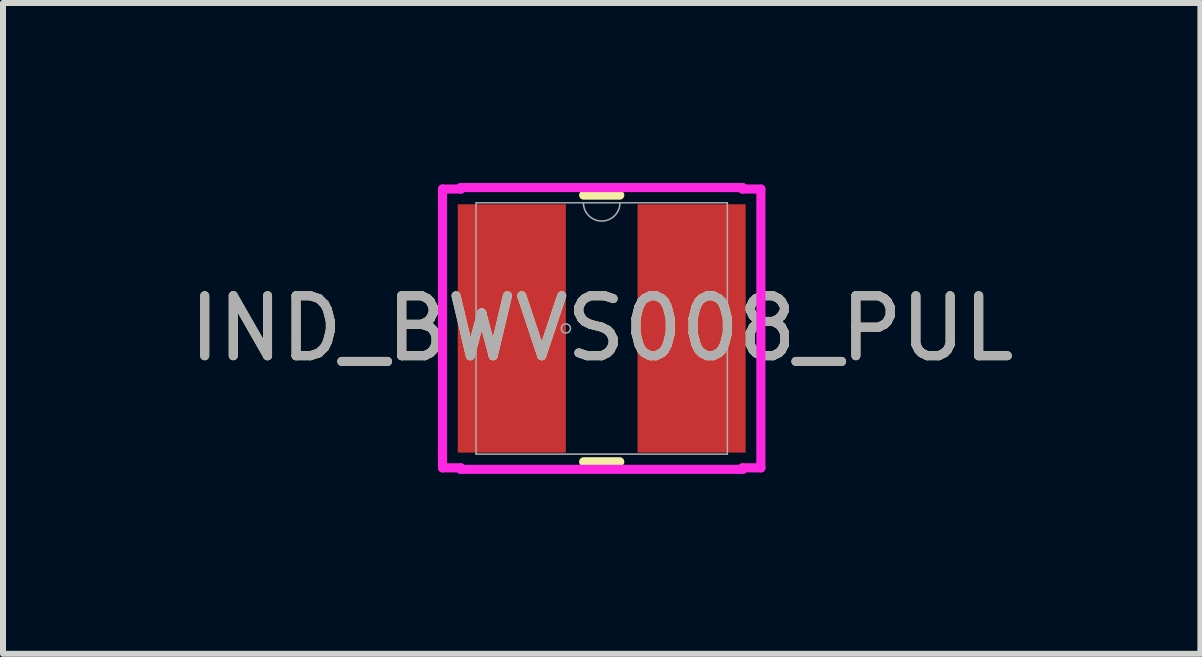
<source format=kicad_pcb>
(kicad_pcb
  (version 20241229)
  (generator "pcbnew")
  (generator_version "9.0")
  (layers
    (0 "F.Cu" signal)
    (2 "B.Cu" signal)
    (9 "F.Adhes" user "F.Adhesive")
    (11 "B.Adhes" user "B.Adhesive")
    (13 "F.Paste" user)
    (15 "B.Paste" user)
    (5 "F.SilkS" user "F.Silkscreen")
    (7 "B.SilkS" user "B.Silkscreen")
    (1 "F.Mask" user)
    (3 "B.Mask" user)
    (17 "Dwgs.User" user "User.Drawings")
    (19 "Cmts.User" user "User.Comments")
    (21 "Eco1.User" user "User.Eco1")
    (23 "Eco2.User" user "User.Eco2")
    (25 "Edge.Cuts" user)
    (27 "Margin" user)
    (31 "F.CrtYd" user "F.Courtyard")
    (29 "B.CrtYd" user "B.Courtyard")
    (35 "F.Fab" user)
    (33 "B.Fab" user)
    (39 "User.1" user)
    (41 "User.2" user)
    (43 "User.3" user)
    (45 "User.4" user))
  (footprint "IND_BWVS008_PUL"
    (layer "F.Cu")
    (at 6.982 2.426)
    (property "Reference" "IND_BWVS008_PUL" (at 0 0 0) (unlocked yes) (layer "F.SilkS") (effects (font (size 1 1) (thickness 0.15))))
    (attr smd)
    (fp_line (start -0.301 2.223) (end 0.301 2.223) (stroke (width 0.152) (type solid)) (layer "F.SilkS"))
    (fp_line (start 0.301 -2.223) (end -0.301 -2.223) (stroke (width 0.152) (type solid)) (layer "F.SilkS"))
    (fp_line (start -2.654 -2.324) (end -2.349 -2.324) (stroke (width 0.152) (type solid)) (layer "F.CrtYd"))
    (fp_line (start -2.654 2.324) (end -2.654 -2.324) (stroke (width 0.152) (type solid)) (layer "F.CrtYd"))
    (fp_line (start -2.654 2.324) (end -2.349 2.324) (stroke (width 0.152) (type solid)) (layer "F.CrtYd"))
    (fp_line (start -2.349 -2.349) (end 2.349 -2.349) (stroke (width 0.152) (type solid)) (layer "F.CrtYd"))
    (fp_line (start -2.349 -2.324) (end -2.349 -2.349) (stroke (width 0.152) (type solid)) (layer "F.CrtYd"))
    (fp_line (start -2.349 2.349) (end -2.349 2.324) (stroke (width 0.152) (type solid)) (layer "F.CrtYd"))
    (fp_line (start 2.349 -2.349) (end 2.349 -2.324) (stroke (width 0.152) (type solid)) (layer "F.CrtYd"))
    (fp_line (start 2.349 2.324) (end 2.349 2.349) (stroke (width 0.152) (type solid)) (layer "F.CrtYd"))
    (fp_line (start 2.349 2.349) (end -2.349 2.349) (stroke (width 0.152) (type solid)) (layer "F.CrtYd"))
    (fp_line (start 2.654 -2.324) (end 2.349 -2.324) (stroke (width 0.152) (type solid)) (layer "F.CrtYd"))
    (fp_line (start 2.654 -2.324) (end 2.654 2.324) (stroke (width 0.152) (type solid)) (layer "F.CrtYd"))
    (fp_line (start 2.654 2.324) (end 2.349 2.324) (stroke (width 0.152) (type solid)) (layer "F.CrtYd"))
    (fp_line (start -2.095 -2.095) (end -2.095 2.095) (stroke (width 0.025) (type solid)) (layer "F.Fab"))
    (fp_line (start -2.095 2.095) (end 2.095 2.095) (stroke (width 0.025) (type solid)) (layer "F.Fab"))
    (fp_line (start 2.095 -2.095) (end -2.095 -2.095) (stroke (width 0.025) (type solid)) (layer "F.Fab"))
    (fp_line (start 2.095 2.095) (end 2.095 -2.095) (stroke (width 0.025) (type solid)) (layer "F.Fab"))
    (fp_arc (start 0.3048 -2.0955) (mid 0 -1.7907) (end -0.3048 -2.0955) (stroke (width 0.0254) (type solid)) (layer "F.Fab"))
    (fp_circle (center -0.597 0) (end -0.521 0) (stroke (width 0.025) (type solid)) (fill no) (layer "F.Fab"))
    (fp_text user "${REFERENCE}" (at 0 0 0) (unlocked yes) (layer "F.Fab") (effects (font (size 1 1) (thickness 0.15))))
    (pad "1" smd rect (at -1.499 0) (size 1.803 4.14) (layers "F.Cu" "F.Mask" "F.Paste"))
    (pad "2" smd rect (at 1.499 0) (size 1.803 4.14) (layers "F.Cu" "F.Mask" "F.Paste")))
  (gr_rect
    (start -3 -3)
    (end 16.964 7.851)
    (stroke (width 0.1) (type default))
    (fill no)
    (layer "Edge.Cuts")))
</source>
